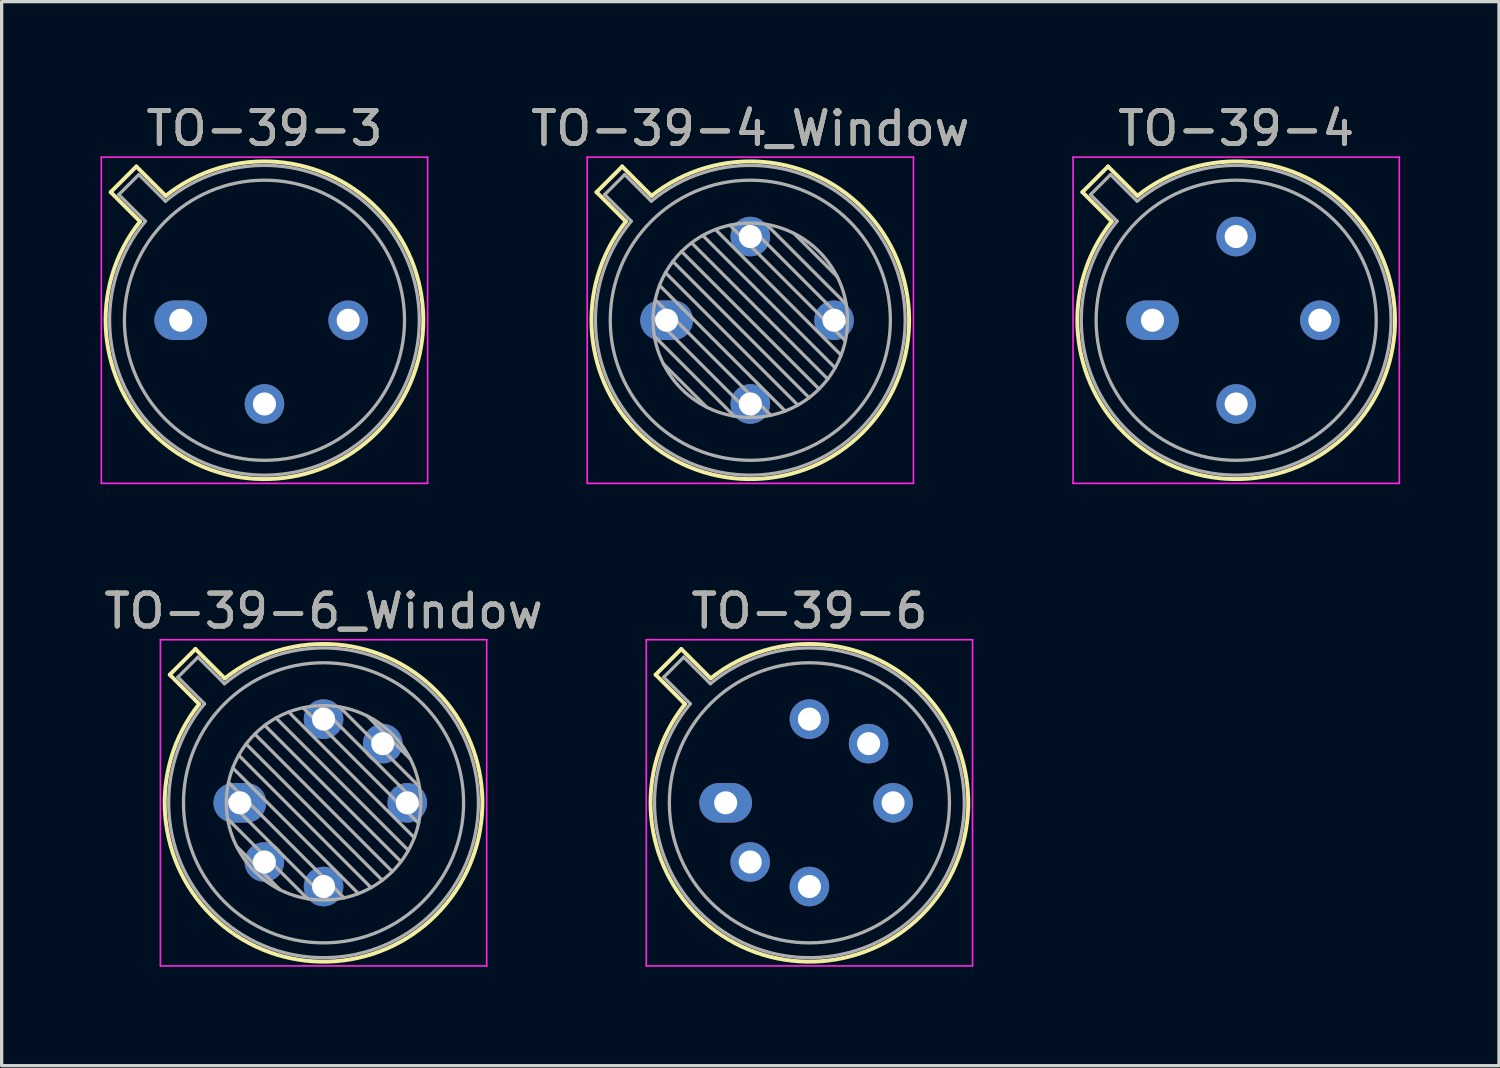
<source format=kicad_pcb>
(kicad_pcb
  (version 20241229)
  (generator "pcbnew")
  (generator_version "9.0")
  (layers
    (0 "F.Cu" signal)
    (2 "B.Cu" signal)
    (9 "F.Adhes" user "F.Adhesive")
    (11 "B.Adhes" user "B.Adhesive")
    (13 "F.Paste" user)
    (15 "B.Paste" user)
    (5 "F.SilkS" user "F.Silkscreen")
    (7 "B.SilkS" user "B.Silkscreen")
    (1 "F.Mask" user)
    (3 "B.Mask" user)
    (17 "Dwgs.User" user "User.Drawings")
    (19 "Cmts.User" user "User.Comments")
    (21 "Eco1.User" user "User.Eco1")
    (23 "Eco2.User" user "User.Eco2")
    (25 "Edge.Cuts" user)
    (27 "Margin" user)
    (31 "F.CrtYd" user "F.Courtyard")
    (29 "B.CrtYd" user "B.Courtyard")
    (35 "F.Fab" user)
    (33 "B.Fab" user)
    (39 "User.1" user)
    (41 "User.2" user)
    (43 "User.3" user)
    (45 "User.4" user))
  (footprint "TO-39-4"
    (layer "F.Cu")
    (at 31.921 6.668)
    (property "Reference" "TO-39-4" (at 2.54 -5.82 0) (layer "F.SilkS") (effects (font (size 1 1) (thickness 0.15))))
    (attr through_hole)
    (fp_line (start -2.126 -3.888) (end -1.235 -2.997) (stroke (width 0.12) (type solid)) (layer "F.SilkS"))
    (fp_line (start -1.348 -4.666) (end -2.126 -3.888) (stroke (width 0.12) (type solid)) (layer "F.SilkS"))
    (fp_line (start -0.457 -3.775) (end -1.348 -4.666) (stroke (width 0.12) (type solid)) (layer "F.SilkS"))
    (fp_arc (start -0.457084 -3.774902) (mid 5.948125 3.408384) (end -1.234674 -2.997371) (stroke (width 0.12) (type solid)) (layer "F.SilkS"))
    (fp_line (start -2.41 -4.95) (end -2.41 4.95) (stroke (width 0.05) (type solid)) (layer "F.CrtYd"))
    (fp_line (start -2.41 4.95) (end 7.49 4.95) (stroke (width 0.05) (type solid)) (layer "F.CrtYd"))
    (fp_line (start 7.49 -4.95) (end -2.41 -4.95) (stroke (width 0.05) (type solid)) (layer "F.CrtYd"))
    (fp_line (start 7.49 4.95) (end 7.49 -4.95) (stroke (width 0.05) (type solid)) (layer "F.CrtYd"))
    (fp_line (start -1.88 -3.812) (end -1.074 -3.005) (stroke (width 0.1) (type solid)) (layer "F.Fab"))
    (fp_line (start -1.272 -4.42) (end -1.88 -3.812) (stroke (width 0.1) (type solid)) (layer "F.Fab"))
    (fp_line (start -0.465 -3.614) (end -1.272 -4.42) (stroke (width 0.1) (type solid)) (layer "F.Fab"))
    (fp_arc (start -0.465408 -3.61352) (mid 5.863443 3.323361) (end -1.073594 -3.005319) (stroke (width 0.1) (type solid)) (layer "F.Fab"))
    (fp_circle (center 2.54 0) (end 6.79 0) (stroke (width 0.1) (type solid)) (fill no) (layer "F.Fab"))
    (fp_text user "${REFERENCE}" (at 2.54 -5.82 0) (layer "F.Fab") (effects (font (size 1 1) (thickness 0.15))))
    (pad "1" thru_hole oval (at 0 0) (size 1.6 1.2) (drill 0.7) (layers "*.Cu" "*.Mask"))
    (pad "2" thru_hole oval (at 2.54 2.54) (size 1.2 1.2) (drill 0.7) (layers "*.Cu" "*.Mask"))
    (pad "3" thru_hole oval (at 5.08 0) (size 1.2 1.2) (drill 0.7) (layers "*.Cu" "*.Mask"))
    (pad "4" thru_hole oval (at 2.54 -2.54) (size 1.2 1.2) (drill 0.7) (layers "*.Cu" "*.Mask")))
  (footprint "TO-39-6"
    (layer "F.Cu")
    (at 18.971 21.311)
    (property "Reference" "TO-39-6" (at 2.54 -5.82 0) (layer "F.SilkS") (effects (font (size 1 1) (thickness 0.15))))
    (attr through_hole)
    (fp_line (start -2.126 -3.888) (end -1.235 -2.997) (stroke (width 0.12) (type solid)) (layer "F.SilkS"))
    (fp_line (start -1.348 -4.666) (end -2.126 -3.888) (stroke (width 0.12) (type solid)) (layer "F.SilkS"))
    (fp_line (start -0.457 -3.775) (end -1.348 -4.666) (stroke (width 0.12) (type solid)) (layer "F.SilkS"))
    (fp_arc (start -0.457084 -3.774902) (mid 5.948125 3.408384) (end -1.234674 -2.997371) (stroke (width 0.12) (type solid)) (layer "F.SilkS"))
    (fp_line (start -2.41 -4.95) (end -2.41 4.95) (stroke (width 0.05) (type solid)) (layer "F.CrtYd"))
    (fp_line (start -2.41 4.95) (end 7.49 4.95) (stroke (width 0.05) (type solid)) (layer "F.CrtYd"))
    (fp_line (start 7.49 -4.95) (end -2.41 -4.95) (stroke (width 0.05) (type solid)) (layer "F.CrtYd"))
    (fp_line (start 7.49 4.95) (end 7.49 -4.95) (stroke (width 0.05) (type solid)) (layer "F.CrtYd"))
    (fp_line (start -1.88 -3.812) (end -1.074 -3.005) (stroke (width 0.1) (type solid)) (layer "F.Fab"))
    (fp_line (start -1.272 -4.42) (end -1.88 -3.812) (stroke (width 0.1) (type solid)) (layer "F.Fab"))
    (fp_line (start -0.465 -3.614) (end -1.272 -4.42) (stroke (width 0.1) (type solid)) (layer "F.Fab"))
    (fp_arc (start -0.465408 -3.61352) (mid 5.863443 3.323361) (end -1.073594 -3.005319) (stroke (width 0.1) (type solid)) (layer "F.Fab"))
    (fp_circle (center 2.54 0) (end 6.79 0) (stroke (width 0.1) (type solid)) (fill no) (layer "F.Fab"))
    (fp_text user "${REFERENCE}" (at 2.54 -5.82 0) (layer "F.Fab") (effects (font (size 1 1) (thickness 0.15))))
    (pad "1" thru_hole oval (at 0 0) (size 1.6 1.2) (drill 0.7) (layers "*.Cu" "*.Mask"))
    (pad "2" thru_hole oval (at 0.744 1.796) (size 1.2 1.2) (drill 0.7) (layers "*.Cu" "*.Mask"))
    (pad "3" thru_hole oval (at 2.54 2.54) (size 1.2 1.2) (drill 0.7) (layers "*.Cu" "*.Mask"))
    (pad "4" thru_hole oval (at 5.08 0) (size 1.2 1.2) (drill 0.7) (layers "*.Cu" "*.Mask"))
    (pad "5" thru_hole oval (at 4.336 -1.796) (size 1.2 1.2) (drill 0.7) (layers "*.Cu" "*.Mask"))
    (pad "6" thru_hole oval (at 2.54 -2.54) (size 1.2 1.2) (drill 0.7) (layers "*.Cu" "*.Mask")))
  (footprint "TO-39-4_Window"
    (layer "F.Cu")
    (at 17.178 6.668)
    (property "Reference" "TO-39-4_Window" (at 2.54 -5.82 0) (layer "F.SilkS") (effects (font (size 1 1) (thickness 0.15))))
    (attr through_hole)
    (fp_line (start -2.126 -3.888) (end -1.235 -2.997) (stroke (width 0.12) (type solid)) (layer "F.SilkS"))
    (fp_line (start -1.348 -4.666) (end -2.126 -3.888) (stroke (width 0.12) (type solid)) (layer "F.SilkS"))
    (fp_line (start -0.457 -3.775) (end -1.348 -4.666) (stroke (width 0.12) (type solid)) (layer "F.SilkS"))
    (fp_arc (start -0.457084 -3.774902) (mid 5.948125 3.408384) (end -1.234674 -2.997371) (stroke (width 0.12) (type solid)) (layer "F.SilkS"))
    (fp_line (start -2.41 -4.95) (end -2.41 4.95) (stroke (width 0.05) (type solid)) (layer "F.CrtYd"))
    (fp_line (start -2.41 4.95) (end 7.49 4.95) (stroke (width 0.05) (type solid)) (layer "F.CrtYd"))
    (fp_line (start 7.49 -4.95) (end -2.41 -4.95) (stroke (width 0.05) (type solid)) (layer "F.CrtYd"))
    (fp_line (start 7.49 4.95) (end 7.49 -4.95) (stroke (width 0.05) (type solid)) (layer "F.CrtYd"))
    (fp_line (start -1.88 -3.812) (end -1.074 -3.005) (stroke (width 0.1) (type solid)) (layer "F.Fab"))
    (fp_line (start -1.272 -4.42) (end -1.88 -3.812) (stroke (width 0.1) (type solid)) (layer "F.Fab"))
    (fp_line (start -0.465 -3.614) (end -1.272 -4.42) (stroke (width 0.1) (type solid)) (layer "F.Fab"))
    (fp_line (start -0.408 -0.12) (end 2.66 2.948) (stroke (width 0.1) (type solid)) (layer "F.Fab"))
    (fp_line (start -0.371 0.485) (end 2.055 2.911) (stroke (width 0.1) (type solid)) (layer "F.Fab"))
    (fp_line (start -0.344 -0.622) (end 3.162 2.884) (stroke (width 0.1) (type solid)) (layer "F.Fab"))
    (fp_line (start -0.215 -1.058) (end 3.598 2.755) (stroke (width 0.1) (type solid)) (layer "F.Fab"))
    (fp_line (start -0.097 1.324) (end 1.216 2.637) (stroke (width 0.1) (type solid)) (layer "F.Fab"))
    (fp_line (start -0.034 -1.443) (end 3.983 2.574) (stroke (width 0.1) (type solid)) (layer "F.Fab"))
    (fp_line (start 0.19 -1.784) (end 4.324 2.35) (stroke (width 0.1) (type solid)) (layer "F.Fab"))
    (fp_line (start 0.454 -2.086) (end 4.626 2.086) (stroke (width 0.1) (type solid)) (layer "F.Fab"))
    (fp_line (start 0.756 -2.35) (end 4.89 1.784) (stroke (width 0.1) (type solid)) (layer "F.Fab"))
    (fp_line (start 1.097 -2.574) (end 5.114 1.443) (stroke (width 0.1) (type solid)) (layer "F.Fab"))
    (fp_line (start 1.482 -2.755) (end 5.295 1.058) (stroke (width 0.1) (type solid)) (layer "F.Fab"))
    (fp_line (start 1.918 -2.884) (end 5.424 0.622) (stroke (width 0.1) (type solid)) (layer "F.Fab"))
    (fp_line (start 2.42 -2.948) (end 5.488 0.12) (stroke (width 0.1) (type solid)) (layer "F.Fab"))
    (fp_line (start 3.025 -2.911) (end 5.451 -0.485) (stroke (width 0.1) (type solid)) (layer "F.Fab"))
    (fp_line (start 3.864 -2.637) (end 5.177 -1.324) (stroke (width 0.1) (type solid)) (layer "F.Fab"))
    (fp_arc (start -0.465408 -3.61352) (mid 5.863443 3.323361) (end -1.073594 -3.005319) (stroke (width 0.1) (type solid)) (layer "F.Fab"))
    (fp_circle (center 2.54 0) (end 5.49 0) (stroke (width 0.1) (type solid)) (fill no) (layer "F.Fab"))
    (fp_circle (center 2.54 0) (end 6.79 0) (stroke (width 0.1) (type solid)) (fill no) (layer "F.Fab"))
    (fp_text user "${REFERENCE}" (at 2.54 -5.82 0) (layer "F.Fab") (effects (font (size 1 1) (thickness 0.15))))
    (pad "1" thru_hole oval (at 0 0) (size 1.6 1.2) (drill 0.7) (layers "*.Cu" "*.Mask"))
    (pad "2" thru_hole oval (at 2.54 2.54) (size 1.2 1.2) (drill 0.7) (layers "*.Cu" "*.Mask"))
    (pad "3" thru_hole oval (at 5.08 0) (size 1.2 1.2) (drill 0.7) (layers "*.Cu" "*.Mask"))
    (pad "4" thru_hole oval (at 2.54 -2.54) (size 1.2 1.2) (drill 0.7) (layers "*.Cu" "*.Mask")))
  (footprint "TO-39-6_Window"
    (layer "F.Cu")
    (at 4.228 21.311)
    (property "Reference" "TO-39-6_Window" (at 2.54 -5.82 0) (layer "F.SilkS") (effects (font (size 1 1) (thickness 0.15))))
    (attr through_hole)
    (fp_line (start -2.126 -3.888) (end -1.235 -2.997) (stroke (width 0.12) (type solid)) (layer "F.SilkS"))
    (fp_line (start -1.348 -4.666) (end -2.126 -3.888) (stroke (width 0.12) (type solid)) (layer "F.SilkS"))
    (fp_line (start -0.457 -3.775) (end -1.348 -4.666) (stroke (width 0.12) (type solid)) (layer "F.SilkS"))
    (fp_arc (start -0.457084 -3.774902) (mid 5.948125 3.408384) (end -1.234674 -2.997371) (stroke (width 0.12) (type solid)) (layer "F.SilkS"))
    (fp_line (start -2.41 -4.95) (end -2.41 4.95) (stroke (width 0.05) (type solid)) (layer "F.CrtYd"))
    (fp_line (start -2.41 4.95) (end 7.49 4.95) (stroke (width 0.05) (type solid)) (layer "F.CrtYd"))
    (fp_line (start 7.49 -4.95) (end -2.41 -4.95) (stroke (width 0.05) (type solid)) (layer "F.CrtYd"))
    (fp_line (start 7.49 4.95) (end 7.49 -4.95) (stroke (width 0.05) (type solid)) (layer "F.CrtYd"))
    (fp_line (start -1.88 -3.812) (end -1.074 -3.005) (stroke (width 0.1) (type solid)) (layer "F.Fab"))
    (fp_line (start -1.272 -4.42) (end -1.88 -3.812) (stroke (width 0.1) (type solid)) (layer "F.Fab"))
    (fp_line (start -0.465 -3.614) (end -1.272 -4.42) (stroke (width 0.1) (type solid)) (layer "F.Fab"))
    (fp_line (start -0.408 -0.12) (end 2.66 2.948) (stroke (width 0.1) (type solid)) (layer "F.Fab"))
    (fp_line (start -0.371 0.485) (end 2.055 2.911) (stroke (width 0.1) (type solid)) (layer "F.Fab"))
    (fp_line (start -0.344 -0.622) (end 3.162 2.884) (stroke (width 0.1) (type solid)) (layer "F.Fab"))
    (fp_line (start -0.215 -1.058) (end 3.598 2.755) (stroke (width 0.1) (type solid)) (layer "F.Fab"))
    (fp_line (start -0.097 1.324) (end 1.216 2.637) (stroke (width 0.1) (type solid)) (layer "F.Fab"))
    (fp_line (start -0.034 -1.443) (end 3.983 2.574) (stroke (width 0.1) (type solid)) (layer "F.Fab"))
    (fp_line (start 0.19 -1.784) (end 4.324 2.35) (stroke (width 0.1) (type solid)) (layer "F.Fab"))
    (fp_line (start 0.454 -2.086) (end 4.626 2.086) (stroke (width 0.1) (type solid)) (layer "F.Fab"))
    (fp_line (start 0.756 -2.35) (end 4.89 1.784) (stroke (width 0.1) (type solid)) (layer "F.Fab"))
    (fp_line (start 1.097 -2.574) (end 5.114 1.443) (stroke (width 0.1) (type solid)) (layer "F.Fab"))
    (fp_line (start 1.482 -2.755) (end 5.295 1.058) (stroke (width 0.1) (type solid)) (layer "F.Fab"))
    (fp_line (start 1.918 -2.884) (end 5.424 0.622) (stroke (width 0.1) (type solid)) (layer "F.Fab"))
    (fp_line (start 2.42 -2.948) (end 5.488 0.12) (stroke (width 0.1) (type solid)) (layer "F.Fab"))
    (fp_line (start 3.025 -2.911) (end 5.451 -0.485) (stroke (width 0.1) (type solid)) (layer "F.Fab"))
    (fp_line (start 3.864 -2.637) (end 5.177 -1.324) (stroke (width 0.1) (type solid)) (layer "F.Fab"))
    (fp_arc (start -0.465408 -3.61352) (mid 5.863443 3.323361) (end -1.073594 -3.005319) (stroke (width 0.1) (type solid)) (layer "F.Fab"))
    (fp_circle (center 2.54 0) (end 5.49 0) (stroke (width 0.1) (type solid)) (fill no) (layer "F.Fab"))
    (fp_circle (center 2.54 0) (end 6.79 0) (stroke (width 0.1) (type solid)) (fill no) (layer "F.Fab"))
    (fp_text user "${REFERENCE}" (at 2.54 -5.82 0) (layer "F.Fab") (effects (font (size 1 1) (thickness 0.15))))
    (pad "1" thru_hole oval (at 0 0) (size 1.6 1.2) (drill 0.7) (layers "*.Cu" "*.Mask"))
    (pad "2" thru_hole oval (at 0.744 1.796) (size 1.2 1.2) (drill 0.7) (layers "*.Cu" "*.Mask"))
    (pad "3" thru_hole oval (at 2.54 2.54) (size 1.2 1.2) (drill 0.7) (layers "*.Cu" "*.Mask"))
    (pad "4" thru_hole oval (at 5.08 0) (size 1.2 1.2) (drill 0.7) (layers "*.Cu" "*.Mask"))
    (pad "5" thru_hole oval (at 4.336 -1.796) (size 1.2 1.2) (drill 0.7) (layers "*.Cu" "*.Mask"))
    (pad "6" thru_hole oval (at 2.54 -2.54) (size 1.2 1.2) (drill 0.7) (layers "*.Cu" "*.Mask")))
  (footprint "TO-39-3"
    (layer "F.Cu")
    (at 2.435 6.668)
    (property "Reference" "TO-39-3" (at 2.54 -5.82 0) (layer "F.SilkS") (effects (font (size 1 1) (thickness 0.15))))
    (attr through_hole)
    (fp_line (start -2.126 -3.888) (end -1.235 -2.997) (stroke (width 0.12) (type solid)) (layer "F.SilkS"))
    (fp_line (start -1.348 -4.666) (end -2.126 -3.888) (stroke (width 0.12) (type solid)) (layer "F.SilkS"))
    (fp_line (start -0.457 -3.775) (end -1.348 -4.666) (stroke (width 0.12) (type solid)) (layer "F.SilkS"))
    (fp_arc (start -0.457084 -3.774902) (mid 5.948125 3.408384) (end -1.234674 -2.997371) (stroke (width 0.12) (type solid)) (layer "F.SilkS"))
    (fp_line (start -2.41 -4.95) (end -2.41 4.95) (stroke (width 0.05) (type solid)) (layer "F.CrtYd"))
    (fp_line (start -2.41 4.95) (end 7.49 4.95) (stroke (width 0.05) (type solid)) (layer "F.CrtYd"))
    (fp_line (start 7.49 -4.95) (end -2.41 -4.95) (stroke (width 0.05) (type solid)) (layer "F.CrtYd"))
    (fp_line (start 7.49 4.95) (end 7.49 -4.95) (stroke (width 0.05) (type solid)) (layer "F.CrtYd"))
    (fp_line (start -1.88 -3.812) (end -1.074 -3.005) (stroke (width 0.1) (type solid)) (layer "F.Fab"))
    (fp_line (start -1.272 -4.42) (end -1.88 -3.812) (stroke (width 0.1) (type solid)) (layer "F.Fab"))
    (fp_line (start -0.465 -3.614) (end -1.272 -4.42) (stroke (width 0.1) (type solid)) (layer "F.Fab"))
    (fp_arc (start -0.465408 -3.61352) (mid 5.863443 3.323361) (end -1.073594 -3.005319) (stroke (width 0.1) (type solid)) (layer "F.Fab"))
    (fp_circle (center 2.54 0) (end 6.79 0) (stroke (width 0.1) (type solid)) (fill no) (layer "F.Fab"))
    (fp_text user "${REFERENCE}" (at 2.54 -5.82 0) (layer "F.Fab") (effects (font (size 1 1) (thickness 0.15))))
    (pad "1" thru_hole oval (at 0 0) (size 1.6 1.2) (drill 0.7) (layers "*.Cu" "*.Mask"))
    (pad "2" thru_hole oval (at 2.54 2.54) (size 1.2 1.2) (drill 0.7) (layers "*.Cu" "*.Mask"))
    (pad "3" thru_hole oval (at 5.08 0) (size 1.2 1.2) (drill 0.7) (layers "*.Cu" "*.Mask")))
  (gr_rect
    (start -3 -3)
    (end 42.436 29.287)
    (stroke (width 0.1) (type default))
    (fill no)
    (layer "Edge.Cuts")))
</source>
